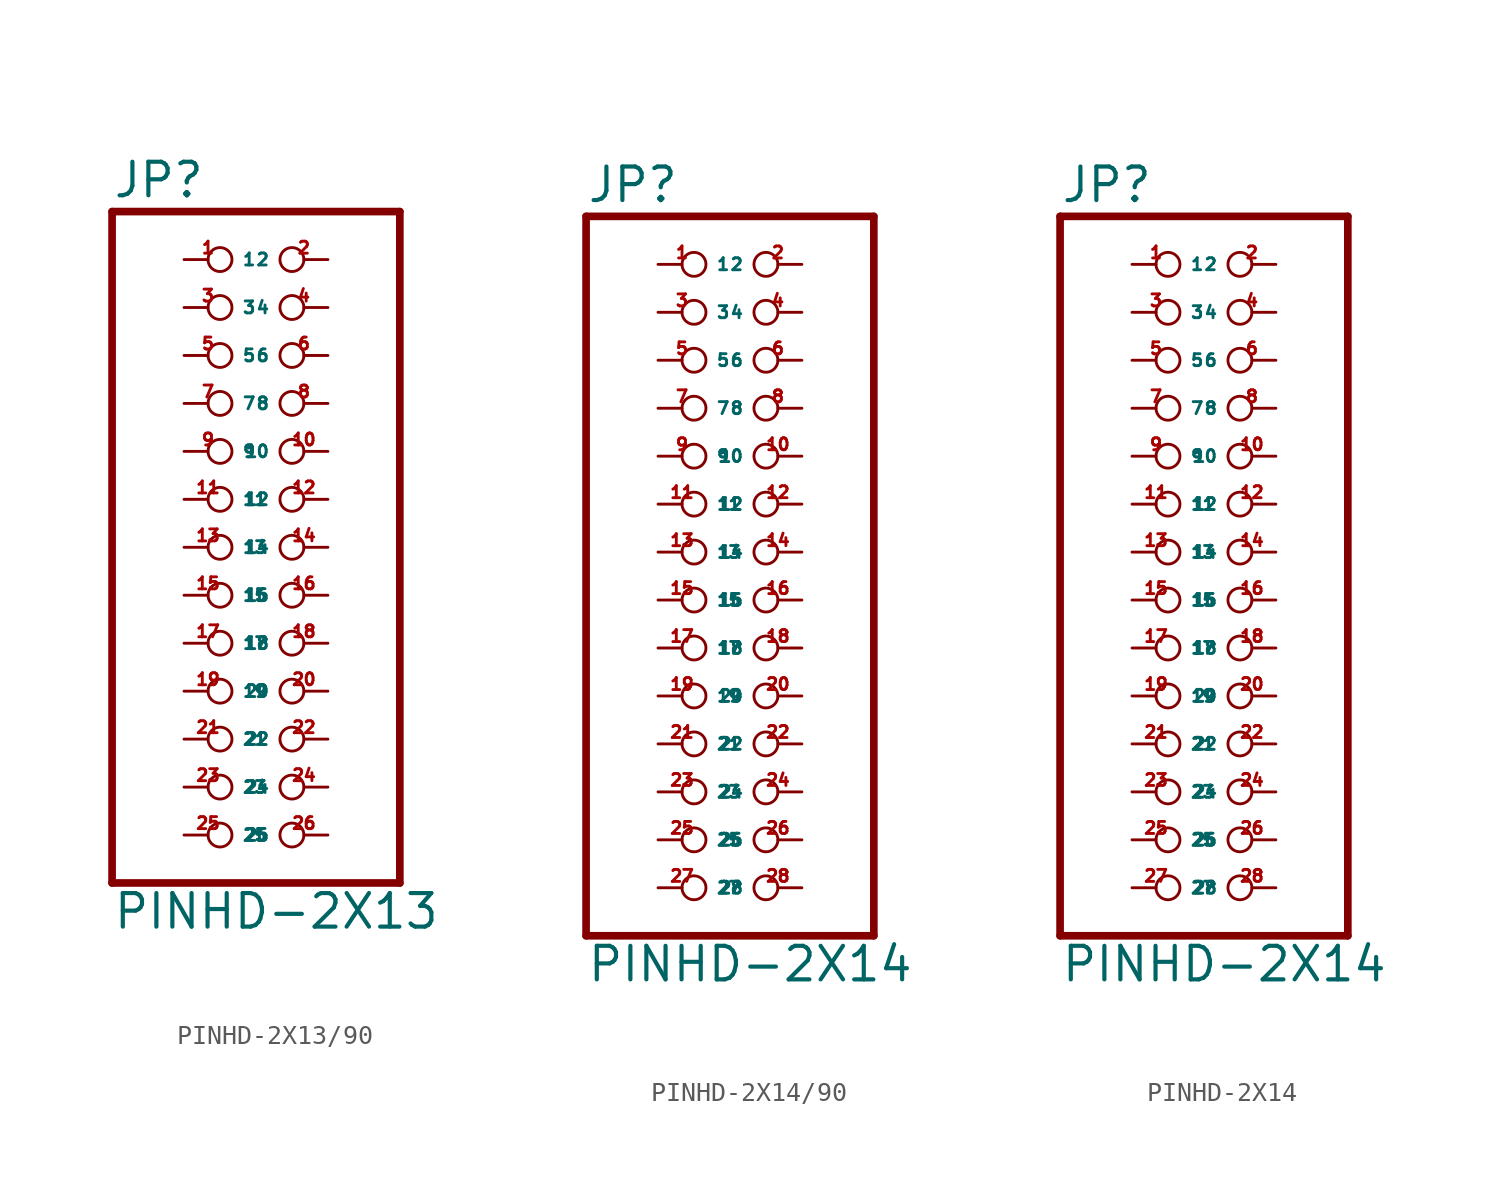
<source format=kicad_sym>
(kicad_symbol_lib
  (version 20220914)
  (generator Eagle2Kicad)
  (symbol "PINHD-2X13/90"
    (property "Reference" "JP"
      (at -6.35 18.415 0)
      (effects (font (size 1.778 1.778) (thickness 0.22)) (justify left bottom)))
    (property "Value" "PINHD-2X13"
      (at -6.35 -20.32 0)
      (effects (font (size 1.778 1.778) (thickness 0.22)) (justify left bottom)))
    (polyline
      (pts (xy -6.35 -17.78) (xy 8.89 -17.78))
      (stroke (width 0.406) (type default))
      (fill (type none)))
    (polyline
      (pts (xy 8.89 -17.78) (xy 8.89 17.78))
      (stroke (width 0.406) (type default))
      (fill (type none)))
    (polyline
      (pts (xy 8.89 17.78) (xy -6.35 17.78))
      (stroke (width 0.406) (type default))
      (fill (type none)))
    (polyline
      (pts (xy -6.35 17.78) (xy -6.35 -17.78))
      (stroke (width 0.406) (type default))
      (fill (type none)))
    (pin passive inverted
      (at -2.54 15.24 0)
      (length 2.54)
      (name "1" (effects (font (size 0.635 0.635) (thickness 0.08)) (justify left bottom)))
      (number "1" (effects (font (size 0.635 0.635) (thickness 0.08)) (justify left bottom))))
    (pin passive inverted
      (at 5.08 15.24 180)
      (length 2.54)
      (name "2" (effects (font (size 0.635 0.635) (thickness 0.08)) (justify left bottom)))
      (number "2" (effects (font (size 0.635 0.635) (thickness 0.08)) (justify left bottom))))
    (pin passive inverted
      (at -2.54 12.7 0)
      (length 2.54)
      (name "3" (effects (font (size 0.635 0.635) (thickness 0.08)) (justify left bottom)))
      (number "3" (effects (font (size 0.635 0.635) (thickness 0.08)) (justify left bottom))))
    (pin passive inverted
      (at 5.08 12.7 180)
      (length 2.54)
      (name "4" (effects (font (size 0.635 0.635) (thickness 0.08)) (justify left bottom)))
      (number "4" (effects (font (size 0.635 0.635) (thickness 0.08)) (justify left bottom))))
    (pin passive inverted
      (at -2.54 10.16 0)
      (length 2.54)
      (name "5" (effects (font (size 0.635 0.635) (thickness 0.08)) (justify left bottom)))
      (number "5" (effects (font (size 0.635 0.635) (thickness 0.08)) (justify left bottom))))
    (pin passive inverted
      (at 5.08 10.16 180)
      (length 2.54)
      (name "6" (effects (font (size 0.635 0.635) (thickness 0.08)) (justify left bottom)))
      (number "6" (effects (font (size 0.635 0.635) (thickness 0.08)) (justify left bottom))))
    (pin passive inverted
      (at -2.54 7.62 0)
      (length 2.54)
      (name "7" (effects (font (size 0.635 0.635) (thickness 0.08)) (justify left bottom)))
      (number "7" (effects (font (size 0.635 0.635) (thickness 0.08)) (justify left bottom))))
    (pin passive inverted
      (at 5.08 7.62 180)
      (length 2.54)
      (name "8" (effects (font (size 0.635 0.635) (thickness 0.08)) (justify left bottom)))
      (number "8" (effects (font (size 0.635 0.635) (thickness 0.08)) (justify left bottom))))
    (pin passive inverted
      (at -2.54 5.08 0)
      (length 2.54)
      (name "9" (effects (font (size 0.635 0.635) (thickness 0.08)) (justify left bottom)))
      (number "9" (effects (font (size 0.635 0.635) (thickness 0.08)) (justify left bottom))))
    (pin passive inverted
      (at 5.08 5.08 180)
      (length 2.54)
      (name "10" (effects (font (size 0.635 0.635) (thickness 0.08)) (justify left bottom)))
      (number "10" (effects (font (size 0.635 0.635) (thickness 0.08)) (justify left bottom))))
    (pin passive inverted
      (at -2.54 2.54 0)
      (length 2.54)
      (name "11" (effects (font (size 0.635 0.635) (thickness 0.08)) (justify left bottom)))
      (number "11" (effects (font (size 0.635 0.635) (thickness 0.08)) (justify left bottom))))
    (pin passive inverted
      (at 5.08 2.54 180)
      (length 2.54)
      (name "12" (effects (font (size 0.635 0.635) (thickness 0.08)) (justify left bottom)))
      (number "12" (effects (font (size 0.635 0.635) (thickness 0.08)) (justify left bottom))))
    (pin passive inverted
      (at -2.54 0 0)
      (length 2.54)
      (name "13" (effects (font (size 0.635 0.635) (thickness 0.08)) (justify left bottom)))
      (number "13" (effects (font (size 0.635 0.635) (thickness 0.08)) (justify left bottom))))
    (pin passive inverted
      (at 5.08 0 180)
      (length 2.54)
      (name "14" (effects (font (size 0.635 0.635) (thickness 0.08)) (justify left bottom)))
      (number "14" (effects (font (size 0.635 0.635) (thickness 0.08)) (justify left bottom))))
    (pin passive inverted
      (at -2.54 -2.54 0)
      (length 2.54)
      (name "15" (effects (font (size 0.635 0.635) (thickness 0.08)) (justify left bottom)))
      (number "15" (effects (font (size 0.635 0.635) (thickness 0.08)) (justify left bottom))))
    (pin passive inverted
      (at 5.08 -2.54 180)
      (length 2.54)
      (name "16" (effects (font (size 0.635 0.635) (thickness 0.08)) (justify left bottom)))
      (number "16" (effects (font (size 0.635 0.635) (thickness 0.08)) (justify left bottom))))
    (pin passive inverted
      (at -2.54 -5.08 0)
      (length 2.54)
      (name "17" (effects (font (size 0.635 0.635) (thickness 0.08)) (justify left bottom)))
      (number "17" (effects (font (size 0.635 0.635) (thickness 0.08)) (justify left bottom))))
    (pin passive inverted
      (at 5.08 -5.08 180)
      (length 2.54)
      (name "18" (effects (font (size 0.635 0.635) (thickness 0.08)) (justify left bottom)))
      (number "18" (effects (font (size 0.635 0.635) (thickness 0.08)) (justify left bottom))))
    (pin passive inverted
      (at -2.54 -7.62 0)
      (length 2.54)
      (name "19" (effects (font (size 0.635 0.635) (thickness 0.08)) (justify left bottom)))
      (number "19" (effects (font (size 0.635 0.635) (thickness 0.08)) (justify left bottom))))
    (pin passive inverted
      (at 5.08 -7.62 180)
      (length 2.54)
      (name "20" (effects (font (size 0.635 0.635) (thickness 0.08)) (justify left bottom)))
      (number "20" (effects (font (size 0.635 0.635) (thickness 0.08)) (justify left bottom))))
    (pin passive inverted
      (at -2.54 -10.16 0)
      (length 2.54)
      (name "21" (effects (font (size 0.635 0.635) (thickness 0.08)) (justify left bottom)))
      (number "21" (effects (font (size 0.635 0.635) (thickness 0.08)) (justify left bottom))))
    (pin passive inverted
      (at 5.08 -10.16 180)
      (length 2.54)
      (name "22" (effects (font (size 0.635 0.635) (thickness 0.08)) (justify left bottom)))
      (number "22" (effects (font (size 0.635 0.635) (thickness 0.08)) (justify left bottom))))
    (pin passive inverted
      (at -2.54 -12.7 0)
      (length 2.54)
      (name "23" (effects (font (size 0.635 0.635) (thickness 0.08)) (justify left bottom)))
      (number "23" (effects (font (size 0.635 0.635) (thickness 0.08)) (justify left bottom))))
    (pin passive inverted
      (at 5.08 -12.7 180)
      (length 2.54)
      (name "24" (effects (font (size 0.635 0.635) (thickness 0.08)) (justify left bottom)))
      (number "24" (effects (font (size 0.635 0.635) (thickness 0.08)) (justify left bottom))))
    (pin passive inverted
      (at -2.54 -15.24 0)
      (length 2.54)
      (name "25" (effects (font (size 0.635 0.635) (thickness 0.08)) (justify left bottom)))
      (number "25" (effects (font (size 0.635 0.635) (thickness 0.08)) (justify left bottom))))
    (pin passive inverted
      (at 5.08 -15.24 180)
      (length 2.54)
      (name "26" (effects (font (size 0.635 0.635) (thickness 0.08)) (justify left bottom)))
      (number "26" (effects (font (size 0.635 0.635) (thickness 0.08)) (justify left bottom)))))
  (symbol "PINHD-2X14/90"
    (property "Reference" "JP"
      (at -6.35 18.415 0)
      (effects (font (size 1.778 1.778) (thickness 0.22)) (justify left bottom)))
    (property "Value" "PINHD-2X14"
      (at -6.35 -22.86 0)
      (effects (font (size 1.778 1.778) (thickness 0.22)) (justify left bottom)))
    (polyline
      (pts (xy -6.35 -20.32) (xy 8.89 -20.32))
      (stroke (width 0.406) (type default))
      (fill (type none)))
    (polyline
      (pts (xy 8.89 -20.32) (xy 8.89 17.78))
      (stroke (width 0.406) (type default))
      (fill (type none)))
    (polyline
      (pts (xy 8.89 17.78) (xy -6.35 17.78))
      (stroke (width 0.406) (type default))
      (fill (type none)))
    (polyline
      (pts (xy -6.35 17.78) (xy -6.35 -20.32))
      (stroke (width 0.406) (type default))
      (fill (type none)))
    (pin passive inverted
      (at -2.54 15.24 0)
      (length 2.54)
      (name "1" (effects (font (size 0.635 0.635) (thickness 0.08)) (justify left bottom)))
      (number "1" (effects (font (size 0.635 0.635) (thickness 0.08)) (justify left bottom))))
    (pin passive inverted
      (at 5.08 15.24 180)
      (length 2.54)
      (name "2" (effects (font (size 0.635 0.635) (thickness 0.08)) (justify left bottom)))
      (number "2" (effects (font (size 0.635 0.635) (thickness 0.08)) (justify left bottom))))
    (pin passive inverted
      (at -2.54 12.7 0)
      (length 2.54)
      (name "3" (effects (font (size 0.635 0.635) (thickness 0.08)) (justify left bottom)))
      (number "3" (effects (font (size 0.635 0.635) (thickness 0.08)) (justify left bottom))))
    (pin passive inverted
      (at 5.08 12.7 180)
      (length 2.54)
      (name "4" (effects (font (size 0.635 0.635) (thickness 0.08)) (justify left bottom)))
      (number "4" (effects (font (size 0.635 0.635) (thickness 0.08)) (justify left bottom))))
    (pin passive inverted
      (at -2.54 10.16 0)
      (length 2.54)
      (name "5" (effects (font (size 0.635 0.635) (thickness 0.08)) (justify left bottom)))
      (number "5" (effects (font (size 0.635 0.635) (thickness 0.08)) (justify left bottom))))
    (pin passive inverted
      (at 5.08 10.16 180)
      (length 2.54)
      (name "6" (effects (font (size 0.635 0.635) (thickness 0.08)) (justify left bottom)))
      (number "6" (effects (font (size 0.635 0.635) (thickness 0.08)) (justify left bottom))))
    (pin passive inverted
      (at -2.54 7.62 0)
      (length 2.54)
      (name "7" (effects (font (size 0.635 0.635) (thickness 0.08)) (justify left bottom)))
      (number "7" (effects (font (size 0.635 0.635) (thickness 0.08)) (justify left bottom))))
    (pin passive inverted
      (at 5.08 7.62 180)
      (length 2.54)
      (name "8" (effects (font (size 0.635 0.635) (thickness 0.08)) (justify left bottom)))
      (number "8" (effects (font (size 0.635 0.635) (thickness 0.08)) (justify left bottom))))
    (pin passive inverted
      (at -2.54 5.08 0)
      (length 2.54)
      (name "9" (effects (font (size 0.635 0.635) (thickness 0.08)) (justify left bottom)))
      (number "9" (effects (font (size 0.635 0.635) (thickness 0.08)) (justify left bottom))))
    (pin passive inverted
      (at 5.08 5.08 180)
      (length 2.54)
      (name "10" (effects (font (size 0.635 0.635) (thickness 0.08)) (justify left bottom)))
      (number "10" (effects (font (size 0.635 0.635) (thickness 0.08)) (justify left bottom))))
    (pin passive inverted
      (at -2.54 2.54 0)
      (length 2.54)
      (name "11" (effects (font (size 0.635 0.635) (thickness 0.08)) (justify left bottom)))
      (number "11" (effects (font (size 0.635 0.635) (thickness 0.08)) (justify left bottom))))
    (pin passive inverted
      (at 5.08 2.54 180)
      (length 2.54)
      (name "12" (effects (font (size 0.635 0.635) (thickness 0.08)) (justify left bottom)))
      (number "12" (effects (font (size 0.635 0.635) (thickness 0.08)) (justify left bottom))))
    (pin passive inverted
      (at -2.54 0 0)
      (length 2.54)
      (name "13" (effects (font (size 0.635 0.635) (thickness 0.08)) (justify left bottom)))
      (number "13" (effects (font (size 0.635 0.635) (thickness 0.08)) (justify left bottom))))
    (pin passive inverted
      (at 5.08 0 180)
      (length 2.54)
      (name "14" (effects (font (size 0.635 0.635) (thickness 0.08)) (justify left bottom)))
      (number "14" (effects (font (size 0.635 0.635) (thickness 0.08)) (justify left bottom))))
    (pin passive inverted
      (at -2.54 -2.54 0)
      (length 2.54)
      (name "15" (effects (font (size 0.635 0.635) (thickness 0.08)) (justify left bottom)))
      (number "15" (effects (font (size 0.635 0.635) (thickness 0.08)) (justify left bottom))))
    (pin passive inverted
      (at 5.08 -2.54 180)
      (length 2.54)
      (name "16" (effects (font (size 0.635 0.635) (thickness 0.08)) (justify left bottom)))
      (number "16" (effects (font (size 0.635 0.635) (thickness 0.08)) (justify left bottom))))
    (pin passive inverted
      (at -2.54 -5.08 0)
      (length 2.54)
      (name "17" (effects (font (size 0.635 0.635) (thickness 0.08)) (justify left bottom)))
      (number "17" (effects (font (size 0.635 0.635) (thickness 0.08)) (justify left bottom))))
    (pin passive inverted
      (at 5.08 -5.08 180)
      (length 2.54)
      (name "18" (effects (font (size 0.635 0.635) (thickness 0.08)) (justify left bottom)))
      (number "18" (effects (font (size 0.635 0.635) (thickness 0.08)) (justify left bottom))))
    (pin passive inverted
      (at -2.54 -7.62 0)
      (length 2.54)
      (name "19" (effects (font (size 0.635 0.635) (thickness 0.08)) (justify left bottom)))
      (number "19" (effects (font (size 0.635 0.635) (thickness 0.08)) (justify left bottom))))
    (pin passive inverted
      (at 5.08 -7.62 180)
      (length 2.54)
      (name "20" (effects (font (size 0.635 0.635) (thickness 0.08)) (justify left bottom)))
      (number "20" (effects (font (size 0.635 0.635) (thickness 0.08)) (justify left bottom))))
    (pin passive inverted
      (at -2.54 -10.16 0)
      (length 2.54)
      (name "21" (effects (font (size 0.635 0.635) (thickness 0.08)) (justify left bottom)))
      (number "21" (effects (font (size 0.635 0.635) (thickness 0.08)) (justify left bottom))))
    (pin passive inverted
      (at 5.08 -10.16 180)
      (length 2.54)
      (name "22" (effects (font (size 0.635 0.635) (thickness 0.08)) (justify left bottom)))
      (number "22" (effects (font (size 0.635 0.635) (thickness 0.08)) (justify left bottom))))
    (pin passive inverted
      (at -2.54 -12.7 0)
      (length 2.54)
      (name "23" (effects (font (size 0.635 0.635) (thickness 0.08)) (justify left bottom)))
      (number "23" (effects (font (size 0.635 0.635) (thickness 0.08)) (justify left bottom))))
    (pin passive inverted
      (at 5.08 -12.7 180)
      (length 2.54)
      (name "24" (effects (font (size 0.635 0.635) (thickness 0.08)) (justify left bottom)))
      (number "24" (effects (font (size 0.635 0.635) (thickness 0.08)) (justify left bottom))))
    (pin passive inverted
      (at -2.54 -15.24 0)
      (length 2.54)
      (name "25" (effects (font (size 0.635 0.635) (thickness 0.08)) (justify left bottom)))
      (number "25" (effects (font (size 0.635 0.635) (thickness 0.08)) (justify left bottom))))
    (pin passive inverted
      (at 5.08 -15.24 180)
      (length 2.54)
      (name "26" (effects (font (size 0.635 0.635) (thickness 0.08)) (justify left bottom)))
      (number "26" (effects (font (size 0.635 0.635) (thickness 0.08)) (justify left bottom))))
    (pin passive inverted
      (at -2.54 -17.78 0)
      (length 2.54)
      (name "27" (effects (font (size 0.635 0.635) (thickness 0.08)) (justify left bottom)))
      (number "27" (effects (font (size 0.635 0.635) (thickness 0.08)) (justify left bottom))))
    (pin passive inverted
      (at 5.08 -17.78 180)
      (length 2.54)
      (name "28" (effects (font (size 0.635 0.635) (thickness 0.08)) (justify left bottom)))
      (number "28" (effects (font (size 0.635 0.635) (thickness 0.08)) (justify left bottom)))))
  (symbol "PINHD-2X14"
    (property "Reference" "JP"
      (at -6.35 18.415 0)
      (effects (font (size 1.778 1.778) (thickness 0.22)) (justify left bottom)))
    (property "Value" "PINHD-2X14"
      (at -6.35 -22.86 0)
      (effects (font (size 1.778 1.778) (thickness 0.22)) (justify left bottom)))
    (polyline
      (pts (xy -6.35 -20.32) (xy 8.89 -20.32))
      (stroke (width 0.406) (type default))
      (fill (type none)))
    (polyline
      (pts (xy 8.89 -20.32) (xy 8.89 17.78))
      (stroke (width 0.406) (type default))
      (fill (type none)))
    (polyline
      (pts (xy 8.89 17.78) (xy -6.35 17.78))
      (stroke (width 0.406) (type default))
      (fill (type none)))
    (polyline
      (pts (xy -6.35 17.78) (xy -6.35 -20.32))
      (stroke (width 0.406) (type default))
      (fill (type none)))
    (pin passive inverted
      (at -2.54 15.24 0)
      (length 2.54)
      (name "1" (effects (font (size 0.635 0.635) (thickness 0.08)) (justify left bottom)))
      (number "1" (effects (font (size 0.635 0.635) (thickness 0.08)) (justify left bottom))))
    (pin passive inverted
      (at 5.08 15.24 180)
      (length 2.54)
      (name "2" (effects (font (size 0.635 0.635) (thickness 0.08)) (justify left bottom)))
      (number "2" (effects (font (size 0.635 0.635) (thickness 0.08)) (justify left bottom))))
    (pin passive inverted
      (at -2.54 12.7 0)
      (length 2.54)
      (name "3" (effects (font (size 0.635 0.635) (thickness 0.08)) (justify left bottom)))
      (number "3" (effects (font (size 0.635 0.635) (thickness 0.08)) (justify left bottom))))
    (pin passive inverted
      (at 5.08 12.7 180)
      (length 2.54)
      (name "4" (effects (font (size 0.635 0.635) (thickness 0.08)) (justify left bottom)))
      (number "4" (effects (font (size 0.635 0.635) (thickness 0.08)) (justify left bottom))))
    (pin passive inverted
      (at -2.54 10.16 0)
      (length 2.54)
      (name "5" (effects (font (size 0.635 0.635) (thickness 0.08)) (justify left bottom)))
      (number "5" (effects (font (size 0.635 0.635) (thickness 0.08)) (justify left bottom))))
    (pin passive inverted
      (at 5.08 10.16 180)
      (length 2.54)
      (name "6" (effects (font (size 0.635 0.635) (thickness 0.08)) (justify left bottom)))
      (number "6" (effects (font (size 0.635 0.635) (thickness 0.08)) (justify left bottom))))
    (pin passive inverted
      (at -2.54 7.62 0)
      (length 2.54)
      (name "7" (effects (font (size 0.635 0.635) (thickness 0.08)) (justify left bottom)))
      (number "7" (effects (font (size 0.635 0.635) (thickness 0.08)) (justify left bottom))))
    (pin passive inverted
      (at 5.08 7.62 180)
      (length 2.54)
      (name "8" (effects (font (size 0.635 0.635) (thickness 0.08)) (justify left bottom)))
      (number "8" (effects (font (size 0.635 0.635) (thickness 0.08)) (justify left bottom))))
    (pin passive inverted
      (at -2.54 5.08 0)
      (length 2.54)
      (name "9" (effects (font (size 0.635 0.635) (thickness 0.08)) (justify left bottom)))
      (number "9" (effects (font (size 0.635 0.635) (thickness 0.08)) (justify left bottom))))
    (pin passive inverted
      (at 5.08 5.08 180)
      (length 2.54)
      (name "10" (effects (font (size 0.635 0.635) (thickness 0.08)) (justify left bottom)))
      (number "10" (effects (font (size 0.635 0.635) (thickness 0.08)) (justify left bottom))))
    (pin passive inverted
      (at -2.54 2.54 0)
      (length 2.54)
      (name "11" (effects (font (size 0.635 0.635) (thickness 0.08)) (justify left bottom)))
      (number "11" (effects (font (size 0.635 0.635) (thickness 0.08)) (justify left bottom))))
    (pin passive inverted
      (at 5.08 2.54 180)
      (length 2.54)
      (name "12" (effects (font (size 0.635 0.635) (thickness 0.08)) (justify left bottom)))
      (number "12" (effects (font (size 0.635 0.635) (thickness 0.08)) (justify left bottom))))
    (pin passive inverted
      (at -2.54 0 0)
      (length 2.54)
      (name "13" (effects (font (size 0.635 0.635) (thickness 0.08)) (justify left bottom)))
      (number "13" (effects (font (size 0.635 0.635) (thickness 0.08)) (justify left bottom))))
    (pin passive inverted
      (at 5.08 0 180)
      (length 2.54)
      (name "14" (effects (font (size 0.635 0.635) (thickness 0.08)) (justify left bottom)))
      (number "14" (effects (font (size 0.635 0.635) (thickness 0.08)) (justify left bottom))))
    (pin passive inverted
      (at -2.54 -2.54 0)
      (length 2.54)
      (name "15" (effects (font (size 0.635 0.635) (thickness 0.08)) (justify left bottom)))
      (number "15" (effects (font (size 0.635 0.635) (thickness 0.08)) (justify left bottom))))
    (pin passive inverted
      (at 5.08 -2.54 180)
      (length 2.54)
      (name "16" (effects (font (size 0.635 0.635) (thickness 0.08)) (justify left bottom)))
      (number "16" (effects (font (size 0.635 0.635) (thickness 0.08)) (justify left bottom))))
    (pin passive inverted
      (at -2.54 -5.08 0)
      (length 2.54)
      (name "17" (effects (font (size 0.635 0.635) (thickness 0.08)) (justify left bottom)))
      (number "17" (effects (font (size 0.635 0.635) (thickness 0.08)) (justify left bottom))))
    (pin passive inverted
      (at 5.08 -5.08 180)
      (length 2.54)
      (name "18" (effects (font (size 0.635 0.635) (thickness 0.08)) (justify left bottom)))
      (number "18" (effects (font (size 0.635 0.635) (thickness 0.08)) (justify left bottom))))
    (pin passive inverted
      (at -2.54 -7.62 0)
      (length 2.54)
      (name "19" (effects (font (size 0.635 0.635) (thickness 0.08)) (justify left bottom)))
      (number "19" (effects (font (size 0.635 0.635) (thickness 0.08)) (justify left bottom))))
    (pin passive inverted
      (at 5.08 -7.62 180)
      (length 2.54)
      (name "20" (effects (font (size 0.635 0.635) (thickness 0.08)) (justify left bottom)))
      (number "20" (effects (font (size 0.635 0.635) (thickness 0.08)) (justify left bottom))))
    (pin passive inverted
      (at -2.54 -10.16 0)
      (length 2.54)
      (name "21" (effects (font (size 0.635 0.635) (thickness 0.08)) (justify left bottom)))
      (number "21" (effects (font (size 0.635 0.635) (thickness 0.08)) (justify left bottom))))
    (pin passive inverted
      (at 5.08 -10.16 180)
      (length 2.54)
      (name "22" (effects (font (size 0.635 0.635) (thickness 0.08)) (justify left bottom)))
      (number "22" (effects (font (size 0.635 0.635) (thickness 0.08)) (justify left bottom))))
    (pin passive inverted
      (at -2.54 -12.7 0)
      (length 2.54)
      (name "23" (effects (font (size 0.635 0.635) (thickness 0.08)) (justify left bottom)))
      (number "23" (effects (font (size 0.635 0.635) (thickness 0.08)) (justify left bottom))))
    (pin passive inverted
      (at 5.08 -12.7 180)
      (length 2.54)
      (name "24" (effects (font (size 0.635 0.635) (thickness 0.08)) (justify left bottom)))
      (number "24" (effects (font (size 0.635 0.635) (thickness 0.08)) (justify left bottom))))
    (pin passive inverted
      (at -2.54 -15.24 0)
      (length 2.54)
      (name "25" (effects (font (size 0.635 0.635) (thickness 0.08)) (justify left bottom)))
      (number "25" (effects (font (size 0.635 0.635) (thickness 0.08)) (justify left bottom))))
    (pin passive inverted
      (at 5.08 -15.24 180)
      (length 2.54)
      (name "26" (effects (font (size 0.635 0.635) (thickness 0.08)) (justify left bottom)))
      (number "26" (effects (font (size 0.635 0.635) (thickness 0.08)) (justify left bottom))))
    (pin passive inverted
      (at -2.54 -17.78 0)
      (length 2.54)
      (name "27" (effects (font (size 0.635 0.635) (thickness 0.08)) (justify left bottom)))
      (number "27" (effects (font (size 0.635 0.635) (thickness 0.08)) (justify left bottom))))
    (pin passive inverted
      (at 5.08 -17.78 180)
      (length 2.54)
      (name "28" (effects (font (size 0.635 0.635) (thickness 0.08)) (justify left bottom)))
      (number "28" (effects (font (size 0.635 0.635) (thickness 0.08)) (justify left bottom))))))
</source>
